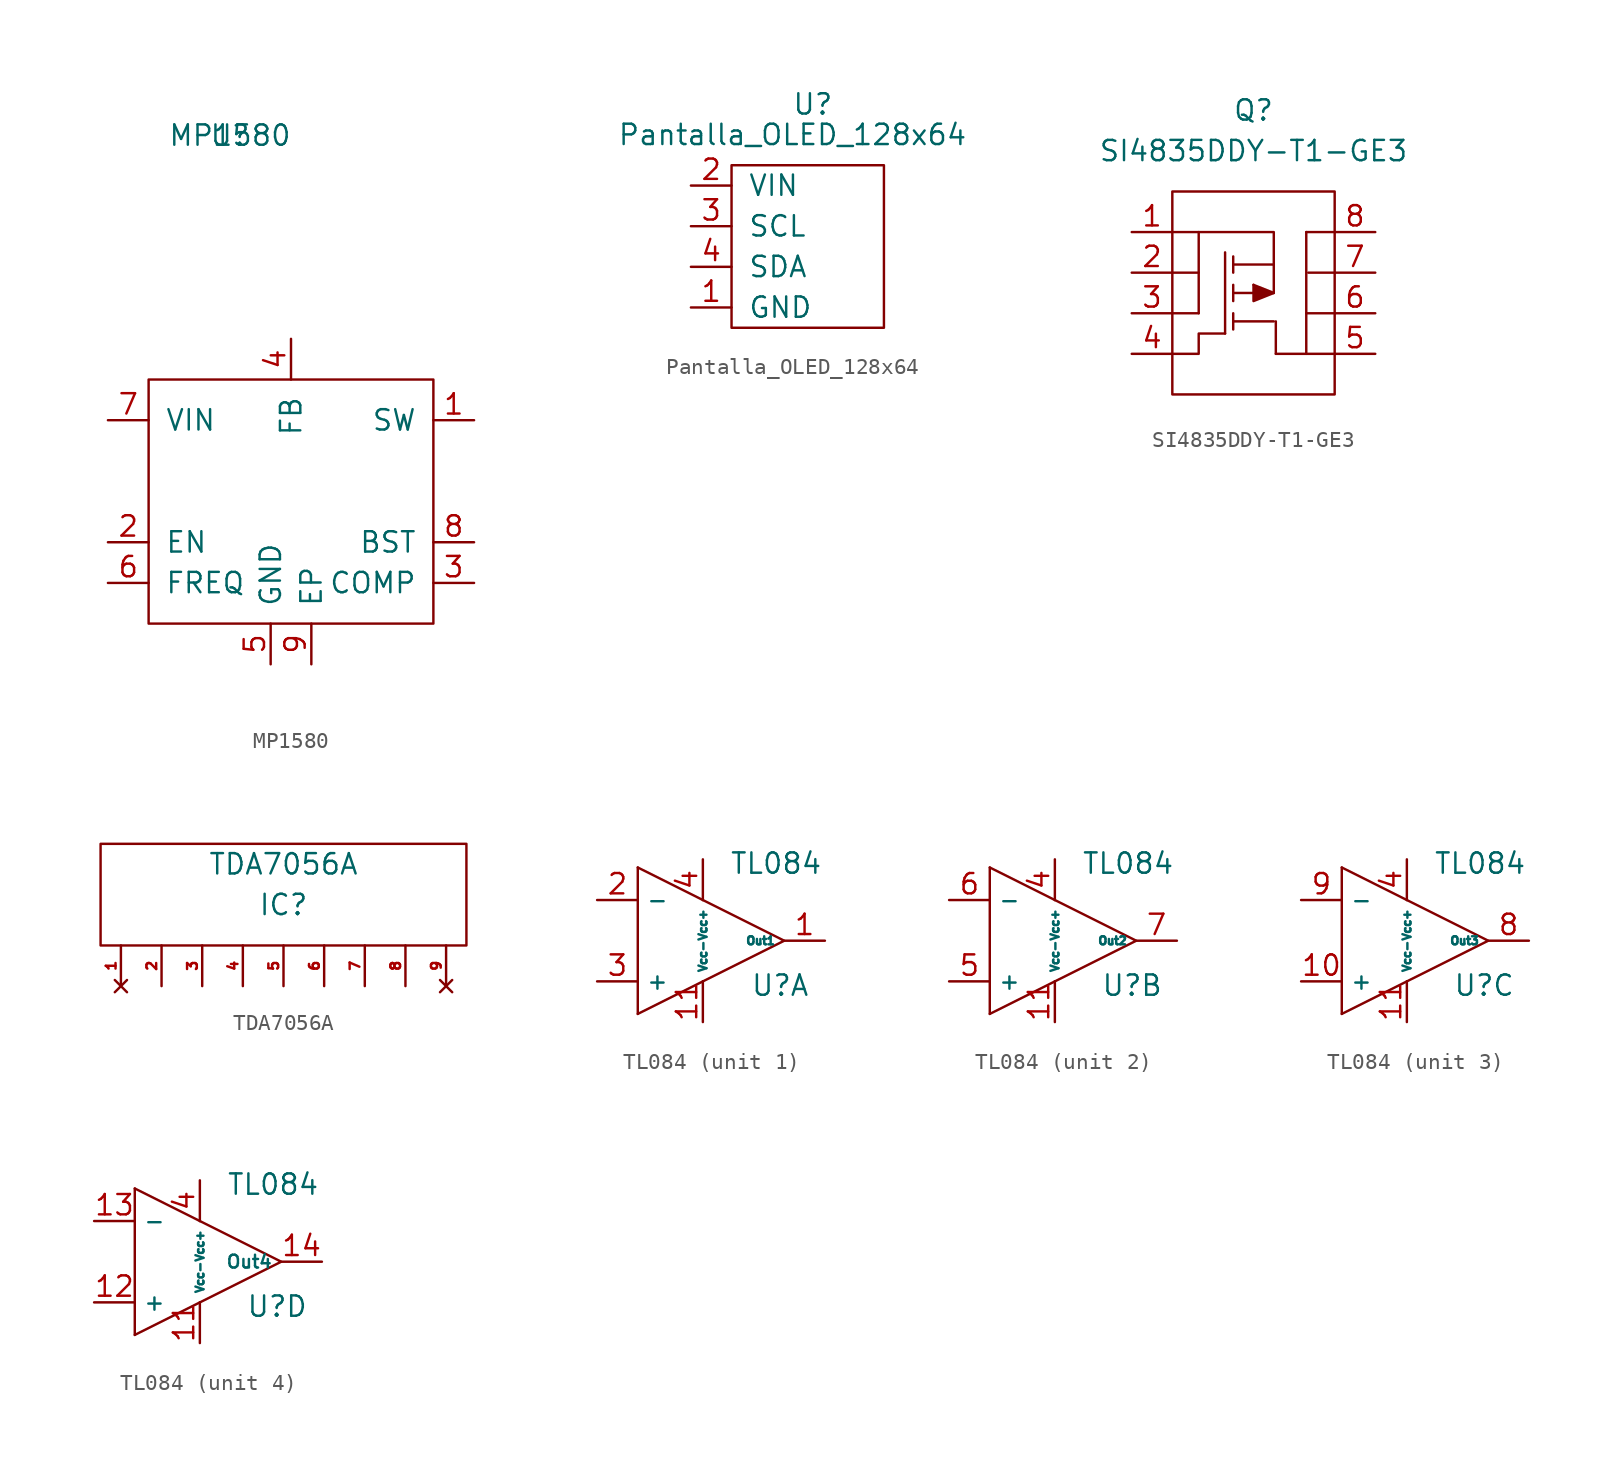
<source format=kicad_sym>
(kicad_symbol_lib
  (version 20211014)
  (generator kicad_symbol_editor)
  (symbol "MP1580"
    (pin_names
      (offset 1.016))
    (property "Reference" "U"
      (at -2.54 22.86 0)
      (effects (font (size 1.27 1.27))))
    (property "Value" "MP1580"
      (at -2.54 22.86 0)
      (effects (font (size 1.27 1.27))))
    (symbol "MP1580_0_1"
      (rectangle (start -7.62 7.62) (end 10.16 -7.62) (stroke (width 0) (type default) (color 0 0 0 0)) (fill (type none))))
    (symbol "MP1580_1_1"
      (pin input line (at 12.7 5.08 180) (length 2.54) (name "SW" (effects (font (size 1.27 1.27)))) (number "1" (effects (font (size 1.27 1.27)))))
      (pin input line (at -10.16 -2.54 0) (length 2.54) (name "EN" (effects (font (size 1.27 1.27)))) (number "2" (effects (font (size 1.27 1.27)))))
      (pin input line (at 12.7 -5.08 180) (length 2.54) (name "COMP" (effects (font (size 1.27 1.27)))) (number "3" (effects (font (size 1.27 1.27)))))
      (pin input line (at 1.27 10.16 270) (length 2.54) (name "FB" (effects (font (size 1.27 1.27)))) (number "4" (effects (font (size 1.27 1.27)))))
      (pin input line (at 0 -10.16 90) (length 2.54) (name "GND" (effects (font (size 1.27 1.27)))) (number "5" (effects (font (size 1.27 1.27)))))
      (pin input line (at -10.16 -5.08 0) (length 2.54) (name "FREQ" (effects (font (size 1.27 1.27)))) (number "6" (effects (font (size 1.27 1.27)))))
      (pin input line (at -10.16 5.08 0) (length 2.54) (name "VIN" (effects (font (size 1.27 1.27)))) (number "7" (effects (font (size 1.27 1.27)))))
      (pin input line (at 12.7 -2.54 180) (length 2.54) (name "BST" (effects (font (size 1.27 1.27)))) (number "8" (effects (font (size 1.27 1.27)))))
      (pin input line (at 2.54 -10.16 90) (length 2.54) (name "EP" (effects (font (size 1.27 1.27)))) (number "9" (effects (font (size 1.27 1.27)))))))
  (symbol "Pantalla_OLED_128x64"
    (pin_names
      (offset 1.016))
    (property "Reference" "U"
      (at 0 8.89 0)
      (effects (font (size 1.27 1.27))))
    (property "Value" "Pantalla_OLED_128x64"
      (at -1.27 6.985 0)
      (effects (font (size 1.27 1.27))))
    (symbol "Pantalla_OLED_128x64_0_1"
      (rectangle (start -5.08 5.08) (end 4.445 -5.08) (stroke (width 0) (type default) (color 0 0 0 0)) (fill (type none))))
    (symbol "Pantalla_OLED_128x64_1_1"
      (pin power_in line (at -7.62 -3.81 0) (length 2.54) (name "GND" (effects (font (size 1.27 1.27)))) (number "1" (effects (font (size 1.27 1.27)))))
      (pin power_in line (at -7.62 3.81 0) (length 2.54) (name "VIN" (effects (font (size 1.27 1.27)))) (number "2" (effects (font (size 1.27 1.27)))))
      (pin passive line (at -7.62 1.27 0) (length 2.54) (name "SCL" (effects (font (size 1.27 1.27)))) (number "3" (effects (font (size 1.27 1.27)))))
      (pin passive line (at -7.62 -1.27 0) (length 2.54) (name "SDA" (effects (font (size 1.27 1.27)))) (number "4" (effects (font (size 1.27 1.27)))))))
  (symbol "SI4835DDY-T1-GE3"
    (pin_names
      (offset 1.016))
    (property "Reference" "Q"
      (at 0 11.43 0)
      (effects (font (size 1.27 1.27))))
    (property "Value" "SI4835DDY-T1-GE3"
      (at 0 8.89 0)
      (effects (font (size 1.27 1.27))))
    (symbol "SI4835DDY-T1-GE3_0_1"
      (rectangle (start -5.08 6.35) (end 5.08 -6.35) (stroke (width 0) (type default) (color 0 0 0 0)) (fill (type none)))
      (polyline (pts (xy -5.08 -1.27) (xy -3.429 -1.27)) (stroke (width 0) (type default) (color 0 0 0 0)) (fill (type none)))
      (polyline (pts (xy -5.08 1.27) (xy -3.429 1.27)) (stroke (width 0) (type default) (color 0 0 0 0)) (fill (type none)))
      (polyline (pts (xy -3.429 3.81) (xy -3.429 -1.27)) (stroke (width 0) (type default) (color 0 0 0 0)) (fill (type none)))
      (polyline (pts (xy -1.27 0) (xy 0 0)) (stroke (width 0) (type default) (color 0 0 0 0)) (fill (type none)))
      (polyline (pts (xy 0 0.508) (xy 1.27 0)) (stroke (width 0) (type default) (color 0 0 0 0)) (fill (type none)))
      (polyline (pts (xy 1.397 -3.81) (xy 5.08 -3.81)) (stroke (width 0) (type default) (color 0 0 0 0)) (fill (type none)))
      (polyline (pts (xy 1.397 -1.778) (xy 1.397 -3.81)) (stroke (width 0) (type default) (color 0 0 0 0)) (fill (type none)))
      (polyline (pts (xy 3.302 -3.81) (xy 3.302 3.81)) (stroke (width 0) (type default) (color 0 0 0 0)) (fill (type none)))
      (polyline (pts (xy 3.302 3.81) (xy 5.08 3.81)) (stroke (width 0) (type default) (color 0 0 0 0)) (fill (type none)))
      (polyline (pts (xy 5.08 -1.27) (xy 3.302 -1.27)) (stroke (width 0) (type default) (color 0 0 0 0)) (fill (type none)))
      (polyline (pts (xy 5.08 1.27) (xy 3.429 1.27)) (stroke (width 0) (type default) (color 0 0 0 0)) (fill (type none)))
      (polyline (pts (xy 1.27 1.778) (xy 1.27 3.81) (xy -5.08 3.81)) (stroke (width 0) (type default) (color 0 0 0 0)) (fill (type none)))
      (polyline (pts (xy -5.08 -3.81) (xy -3.429 -3.81) (xy -3.429 -2.54) (xy -1.778 -2.54)) (stroke (width 0) (type default) (color 0 0 0 0)) (fill (type none))))
    (symbol "SI4835DDY-T1-GE3_1_1"
      (polyline (pts (xy -1.778 -2.54) (xy -1.778 2.54) (xy -1.778 2.54)) (stroke (width 0) (type default) (color 0 0 0 0)) (fill (type outline)))
      (polyline (pts (xy -1.27 -1.778) (xy 1.27 -1.778) (xy 1.27 -1.778)) (stroke (width 0) (type default) (color 0 0 0 0)) (fill (type none)))
      (polyline (pts (xy -1.27 -1.27) (xy -1.27 -2.286) (xy -1.27 -2.286)) (stroke (width 0) (type default) (color 0 0 0 0)) (fill (type outline)))
      (polyline (pts (xy -1.27 0.508) (xy -1.27 -0.508) (xy -1.27 -0.508)) (stroke (width 0) (type default) (color 0 0 0 0)) (fill (type outline)))
      (polyline (pts (xy -1.27 2.286) (xy -1.27 1.27) (xy -1.27 1.27)) (stroke (width 0) (type default) (color 0 0 0 0)) (fill (type outline)))
      (polyline (pts (xy 0 0.508) (xy 0 -0.508) (xy 1.27 0) (xy 1.27 0)) (stroke (width 0) (type default) (color 0 0 0 0)) (fill (type outline)))
      (polyline (pts (xy -1.27 1.778) (xy 1.27 1.778) (xy 1.27 0) (xy 0 0) (xy 0 0)) (stroke (width 0) (type default) (color 0 0 0 0)) (fill (type none)))
      (pin input line (at -7.62 3.81 0) (length 2.54) (name "~" (effects (font (size 1.27 1.27)))) (number "1" (effects (font (size 1.27 1.27)))))
      (pin input line (at -7.62 1.27 0) (length 2.54) (name "~" (effects (font (size 1.27 1.27)))) (number "2" (effects (font (size 1.27 1.27)))))
      (pin input line (at -7.62 -1.27 0) (length 2.54) (name "~" (effects (font (size 1.27 1.27)))) (number "3" (effects (font (size 1.27 1.27)))))
      (pin input line (at -7.62 -3.81 0) (length 2.54) (name "~" (effects (font (size 1.27 1.27)))) (number "4" (effects (font (size 1.27 1.27)))))
      (pin input line (at 7.62 -3.81 180) (length 2.54) (name "~" (effects (font (size 1.27 1.27)))) (number "5" (effects (font (size 1.27 1.27)))))
      (pin input line (at 7.62 -1.27 180) (length 2.54) (name "~" (effects (font (size 1.27 1.27)))) (number "6" (effects (font (size 1.27 1.27)))))
      (pin input line (at 7.62 1.27 180) (length 2.54) (name "~" (effects (font (size 1.27 1.27)))) (number "7" (effects (font (size 1.27 1.27)))))
      (pin input line (at 7.62 3.81 180) (length 2.54) (name "~" (effects (font (size 1.27 1.27)))) (number "8" (effects (font (size 1.27 1.27)))))))
  (symbol "TDA7056A"
    (pin_names
      (offset 1.016))
    (property "Reference" "IC"
      (at 0 -1.27 0)
      (effects (font (size 1.27 1.27))))
    (property "Value" "TDA7056A"
      (at 0 1.27 0)
      (effects (font (size 1.27 1.27))))
    (symbol "TDA7056A_0_1"
      (polyline (pts (xy -11.43 -3.81) (xy 11.43 -3.81) (xy 11.43 2.54) (xy -11.43 2.54) (xy -11.43 -3.81)) (stroke (width 0) (type default) (color 0 0 0 0)) (fill (type none))))
    (symbol "TDA7056A_1_1"
      (pin no_connect line (at -10.16 -6.35 90) (length 2.54) (name "n.c." (effects (font (size 0 0)))) (number "1" (effects (font (size 0.61 0.61)))))
      (pin power_in line (at -7.62 -6.35 90) (length 2.54) (name "Vcc" (effects (font (size 0 0)))) (number "2" (effects (font (size 0.61 0.61)))))
      (pin input line (at -5.08 -6.35 90) (length 2.54) (name "Vin" (effects (font (size 0 0)))) (number "3" (effects (font (size 0.61 0.61)))))
      (pin output line (at -2.54 -6.35 90) (length 2.54) (name "GND1" (effects (font (size 0 0)))) (number "4" (effects (font (size 0.61 0.61)))))
      (pin input line (at 0 -6.35 90) (length 2.54) (name "VC" (effects (font (size 0 0)))) (number "5" (effects (font (size 0.61 0.61)))))
      (pin output line (at 2.54 -6.35 90) (length 2.54) (name "OUT+" (effects (font (size 0 0)))) (number "6" (effects (font (size 0.61 0.61)))))
      (pin power_in line (at 5.08 -6.35 90) (length 2.54) (name "GND2" (effects (font (size 0 0)))) (number "7" (effects (font (size 0.61 0.61)))))
      (pin output line (at 7.62 -6.35 90) (length 2.54) (name "OUT-" (effects (font (size 0 0)))) (number "8" (effects (font (size 0.61 0.61)))))
      (pin no_connect line (at 10.16 -6.35 90) (length 2.54) (name "n.c." (effects (font (size 0 0)))) (number "9" (effects (font (size 0.61 0.61)))))))
  (symbol "TL084"
    (property "Reference" "U"
      (at 4.826 -2.794 0)
      (effects (font (size 1.27 1.27))))
    (property "Value" "TL084"
      (at 4.572 4.826 0)
      (effects (font (size 1.27 1.27))))
    (symbol "TL084_0_1"
      (polyline (pts (xy -4.064 -4.572) (xy 0 -2.54)) (stroke (width 0.152) (type default) (color 0 0 0 0)) (fill (type none)))
      (polyline (pts (xy -4.064 4.572) (xy -4.064 -4.572)) (stroke (width 0.152) (type default) (color 0 0 0 0)) (fill (type none)))
      (polyline (pts (xy 0 2.54) (xy -4.064 4.572)) (stroke (width 0.152) (type default) (color 0 0 0 0)) (fill (type none)))
      (polyline (pts (xy 0 2.54) (xy 5.08 0) (xy 0 -2.54)) (stroke (width 0.152) (type default) (color 0 0 0 0)) (fill (type none)))
      (pin power_in line (at 0 -5.08 90) (length 2.54) (name "Vcc-" (effects (font (size 0.5 0.5)))) (number "11" (effects (font (size 1.27 1.27)))))
      (pin power_in line (at 0 5.08 270) (length 2.54) (name "Vcc+" (effects (font (size 0.5 0.5)))) (number "4" (effects (font (size 1.27 1.27))))))
    (symbol "TL084_1_1"
      (pin output line (at 7.62 0 180) (length 2.54) (name "Out1" (effects (font (size 0.5 0.5)))) (number "1" (effects (font (size 1.27 1.27)))))
      (pin input line (at -6.604 2.54 0) (length 2.54) (name "-" (effects (font (size 1 1)))) (number "2" (effects (font (size 1.27 1.27)))))
      (pin input line (at -6.604 -2.54 0) (length 2.54) (name "+" (effects (font (size 1 1)))) (number "3" (effects (font (size 1.27 1.27))))))
    (symbol "TL084_2_1"
      (pin input line (at -6.604 -2.54 0) (length 2.54) (name "+" (effects (font (size 1 1)))) (number "5" (effects (font (size 1.27 1.27)))))
      (pin input line (at -6.604 2.54 0) (length 2.54) (name "-" (effects (font (size 1 1)))) (number "6" (effects (font (size 1.27 1.27)))))
      (pin output line (at 7.62 0 180) (length 2.54) (name "Out2" (effects (font (size 0.5 0.5)))) (number "7" (effects (font (size 1.27 1.27))))))
    (symbol "TL084_3_1"
      (pin input line (at -6.604 -2.54 0) (length 2.54) (name "+" (effects (font (size 1 1)))) (number "10" (effects (font (size 1.27 1.27)))))
      (pin output line (at 7.62 0 180) (length 2.54) (name "Out3" (effects (font (size 0.5 0.5)))) (number "8" (effects (font (size 1.27 1.27)))))
      (pin input line (at -6.604 2.54 0) (length 2.54) (name "-" (effects (font (size 1 1)))) (number "9" (effects (font (size 1.27 1.27))))))
    (symbol "TL084_4_1"
      (pin input line (at -6.604 -2.54 0) (length 2.54) (name "+" (effects (font (size 1 1)))) (number "12" (effects (font (size 1.27 1.27)))))
      (pin input line (at -6.604 2.54 0) (length 2.54) (name "-" (effects (font (size 1 1)))) (number "13" (effects (font (size 1.27 1.27)))))
      (pin output line (at 7.62 0 180) (length 2.54) (name "Out4" (effects (font (size 0.8 0.8)))) (number "14" (effects (font (size 1.27 1.27))))))))
</source>
